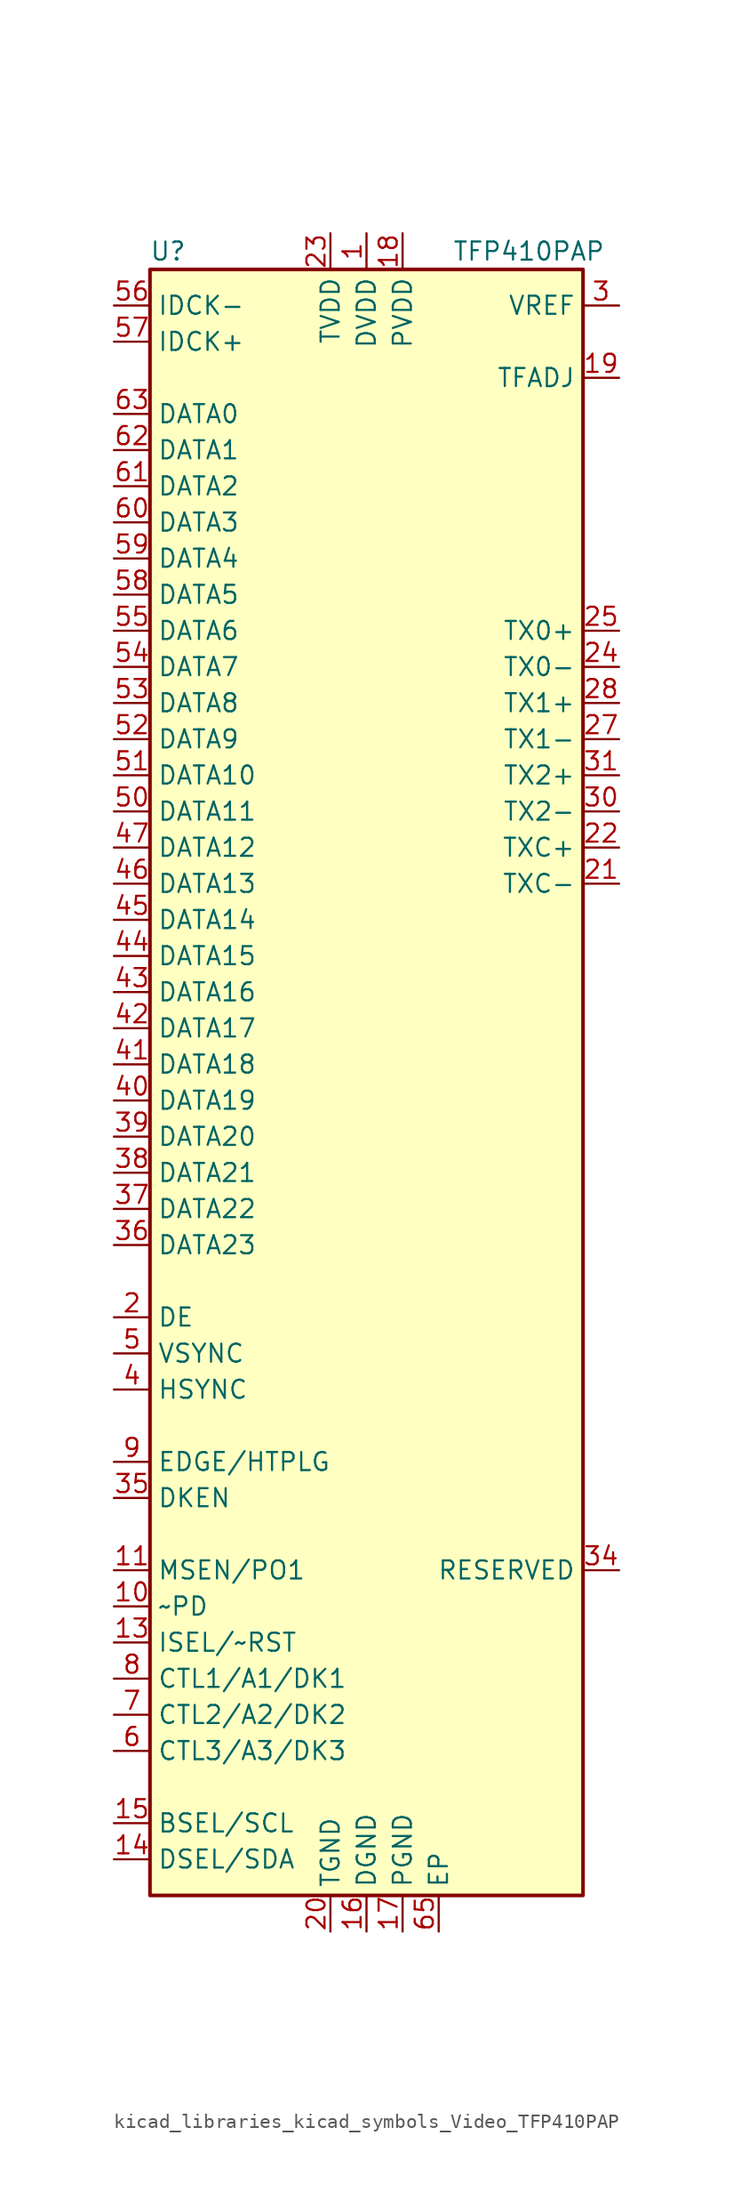
<source format=kicad_sym>
(kicad_symbol_lib
  (version 20220914)
  (generator kicad_symbol_editor)
  (symbol "kicad_libraries_kicad_symbols_Video_TFP410PAP"
    (property "Reference" "U"
      (at -13.97 57.15 0)
      (effects (font (size 1.27 1.27))))
    (property "Value" "TFP410PAP"
      (at 11.43 57.15 0)
      (effects (font (size 1.27 1.27))))
    (symbol "kicad_libraries_kicad_symbols_Video_TFP410PAP_0_1"
      (rectangle (start -15.24 55.88) (end 15.24 -58.42) (stroke (width 0.254) (type default)) (fill (type background))))
    (symbol "kicad_libraries_kicad_symbols_Video_TFP410PAP_1_1"
      (pin power_in line (at 0 58.42 270) (length 2.54) (name "DVDD" (effects (font (size 1.27 1.27)))) (number "1" (effects (font (size 1.27 1.27)))))
      (pin input line (at -17.78 -38.1 0) (length 2.54) (name "~PD" (effects (font (size 1.27 1.27)))) (number "10" (effects (font (size 1.27 1.27)))))
      (pin output line (at -17.78 -35.56 0) (length 2.54) (name "MSEN/PO1" (effects (font (size 1.27 1.27)))) (number "11" (effects (font (size 1.27 1.27)))))
      (pin passive line (at 0 58.42 270) (length 2.54) hide (name "DVDD" (effects (font (size 1.27 1.27)))) (number "12" (effects (font (size 1.27 1.27)))))
      (pin input line (at -17.78 -40.64 0) (length 2.54) (name "ISEL/~RST" (effects (font (size 1.27 1.27)))) (number "13" (effects (font (size 1.27 1.27)))))
      (pin bidirectional line (at -17.78 -55.88 0) (length 2.54) (name "DSEL/SDA" (effects (font (size 1.27 1.27)))) (number "14" (effects (font (size 1.27 1.27)))))
      (pin input line (at -17.78 -53.34 0) (length 2.54) (name "BSEL/SCL" (effects (font (size 1.27 1.27)))) (number "15" (effects (font (size 1.27 1.27)))))
      (pin power_in line (at 0 -60.96 90) (length 2.54) (name "DGND" (effects (font (size 1.27 1.27)))) (number "16" (effects (font (size 1.27 1.27)))))
      (pin power_in line (at 2.54 -60.96 90) (length 2.54) (name "PGND" (effects (font (size 1.27 1.27)))) (number "17" (effects (font (size 1.27 1.27)))))
      (pin power_in line (at 2.54 58.42 270) (length 2.54) (name "PVDD" (effects (font (size 1.27 1.27)))) (number "18" (effects (font (size 1.27 1.27)))))
      (pin input line (at 17.78 48.26 180) (length 2.54) (name "TFADJ" (effects (font (size 1.27 1.27)))) (number "19" (effects (font (size 1.27 1.27)))))
      (pin input line (at -17.78 -17.78 0) (length 2.54) (name "DE" (effects (font (size 1.27 1.27)))) (number "2" (effects (font (size 1.27 1.27)))))
      (pin power_in line (at -2.54 -60.96 90) (length 2.54) (name "TGND" (effects (font (size 1.27 1.27)))) (number "20" (effects (font (size 1.27 1.27)))))
      (pin output line (at 17.78 12.7 180) (length 2.54) (name "TXC-" (effects (font (size 1.27 1.27)))) (number "21" (effects (font (size 1.27 1.27)))))
      (pin output line (at 17.78 15.24 180) (length 2.54) (name "TXC+" (effects (font (size 1.27 1.27)))) (number "22" (effects (font (size 1.27 1.27)))))
      (pin power_in line (at -2.54 58.42 270) (length 2.54) (name "TVDD" (effects (font (size 1.27 1.27)))) (number "23" (effects (font (size 1.27 1.27)))))
      (pin output line (at 17.78 27.94 180) (length 2.54) (name "TX0-" (effects (font (size 1.27 1.27)))) (number "24" (effects (font (size 1.27 1.27)))))
      (pin output line (at 17.78 30.48 180) (length 2.54) (name "TX0+" (effects (font (size 1.27 1.27)))) (number "25" (effects (font (size 1.27 1.27)))))
      (pin passive line (at -2.54 -60.96 90) (length 2.54) hide (name "TGND" (effects (font (size 1.27 1.27)))) (number "26" (effects (font (size 1.27 1.27)))))
      (pin output line (at 17.78 22.86 180) (length 2.54) (name "TX1-" (effects (font (size 1.27 1.27)))) (number "27" (effects (font (size 1.27 1.27)))))
      (pin output line (at 17.78 25.4 180) (length 2.54) (name "TX1+" (effects (font (size 1.27 1.27)))) (number "28" (effects (font (size 1.27 1.27)))))
      (pin passive line (at -2.54 58.42 270) (length 2.54) hide (name "TVDD" (effects (font (size 1.27 1.27)))) (number "29" (effects (font (size 1.27 1.27)))))
      (pin input line (at 17.78 53.34 180) (length 2.54) (name "VREF" (effects (font (size 1.27 1.27)))) (number "3" (effects (font (size 1.27 1.27)))))
      (pin output line (at 17.78 17.78 180) (length 2.54) (name "TX2-" (effects (font (size 1.27 1.27)))) (number "30" (effects (font (size 1.27 1.27)))))
      (pin output line (at 17.78 20.32 180) (length 2.54) (name "TX2+" (effects (font (size 1.27 1.27)))) (number "31" (effects (font (size 1.27 1.27)))))
      (pin passive line (at -2.54 -60.96 90) (length 2.54) hide (name "TGND" (effects (font (size 1.27 1.27)))) (number "32" (effects (font (size 1.27 1.27)))))
      (pin passive line (at 0 58.42 270) (length 2.54) hide (name "DVDD" (effects (font (size 1.27 1.27)))) (number "33" (effects (font (size 1.27 1.27)))))
      (pin input line (at 17.78 -35.56 180) (length 2.54) (name "RESERVED" (effects (font (size 1.27 1.27)))) (number "34" (effects (font (size 1.27 1.27)))))
      (pin input line (at -17.78 -30.48 0) (length 2.54) (name "DKEN" (effects (font (size 1.27 1.27)))) (number "35" (effects (font (size 1.27 1.27)))))
      (pin input line (at -17.78 -12.7 0) (length 2.54) (name "DATA23" (effects (font (size 1.27 1.27)))) (number "36" (effects (font (size 1.27 1.27)))))
      (pin input line (at -17.78 -10.16 0) (length 2.54) (name "DATA22" (effects (font (size 1.27 1.27)))) (number "37" (effects (font (size 1.27 1.27)))))
      (pin input line (at -17.78 -7.62 0) (length 2.54) (name "DATA21" (effects (font (size 1.27 1.27)))) (number "38" (effects (font (size 1.27 1.27)))))
      (pin input line (at -17.78 -5.08 0) (length 2.54) (name "DATA20" (effects (font (size 1.27 1.27)))) (number "39" (effects (font (size 1.27 1.27)))))
      (pin input line (at -17.78 -22.86 0) (length 2.54) (name "HSYNC" (effects (font (size 1.27 1.27)))) (number "4" (effects (font (size 1.27 1.27)))))
      (pin input line (at -17.78 -2.54 0) (length 2.54) (name "DATA19" (effects (font (size 1.27 1.27)))) (number "40" (effects (font (size 1.27 1.27)))))
      (pin input line (at -17.78 0 0) (length 2.54) (name "DATA18" (effects (font (size 1.27 1.27)))) (number "41" (effects (font (size 1.27 1.27)))))
      (pin input line (at -17.78 2.54 0) (length 2.54) (name "DATA17" (effects (font (size 1.27 1.27)))) (number "42" (effects (font (size 1.27 1.27)))))
      (pin input line (at -17.78 5.08 0) (length 2.54) (name "DATA16" (effects (font (size 1.27 1.27)))) (number "43" (effects (font (size 1.27 1.27)))))
      (pin input line (at -17.78 7.62 0) (length 2.54) (name "DATA15" (effects (font (size 1.27 1.27)))) (number "44" (effects (font (size 1.27 1.27)))))
      (pin input line (at -17.78 10.16 0) (length 2.54) (name "DATA14" (effects (font (size 1.27 1.27)))) (number "45" (effects (font (size 1.27 1.27)))))
      (pin input line (at -17.78 12.7 0) (length 2.54) (name "DATA13" (effects (font (size 1.27 1.27)))) (number "46" (effects (font (size 1.27 1.27)))))
      (pin input line (at -17.78 15.24 0) (length 2.54) (name "DATA12" (effects (font (size 1.27 1.27)))) (number "47" (effects (font (size 1.27 1.27)))))
      (pin passive line (at 0 -60.96 90) (length 2.54) hide (name "DGND" (effects (font (size 1.27 1.27)))) (number "48" (effects (font (size 1.27 1.27)))))
      (pin no_connect line (at 15.24 -33.02 180) (length 2.54) hide (name "NC" (effects (font (size 1.27 1.27)))) (number "49" (effects (font (size 1.27 1.27)))))
      (pin input line (at -17.78 -20.32 0) (length 2.54) (name "VSYNC" (effects (font (size 1.27 1.27)))) (number "5" (effects (font (size 1.27 1.27)))))
      (pin input line (at -17.78 17.78 0) (length 2.54) (name "DATA11" (effects (font (size 1.27 1.27)))) (number "50" (effects (font (size 1.27 1.27)))))
      (pin input line (at -17.78 20.32 0) (length 2.54) (name "DATA10" (effects (font (size 1.27 1.27)))) (number "51" (effects (font (size 1.27 1.27)))))
      (pin input line (at -17.78 22.86 0) (length 2.54) (name "DATA9" (effects (font (size 1.27 1.27)))) (number "52" (effects (font (size 1.27 1.27)))))
      (pin input line (at -17.78 25.4 0) (length 2.54) (name "DATA8" (effects (font (size 1.27 1.27)))) (number "53" (effects (font (size 1.27 1.27)))))
      (pin input line (at -17.78 27.94 0) (length 2.54) (name "DATA7" (effects (font (size 1.27 1.27)))) (number "54" (effects (font (size 1.27 1.27)))))
      (pin input line (at -17.78 30.48 0) (length 2.54) (name "DATA6" (effects (font (size 1.27 1.27)))) (number "55" (effects (font (size 1.27 1.27)))))
      (pin input line (at -17.78 53.34 0) (length 2.54) (name "IDCK-" (effects (font (size 1.27 1.27)))) (number "56" (effects (font (size 1.27 1.27)))))
      (pin input line (at -17.78 50.8 0) (length 2.54) (name "IDCK+" (effects (font (size 1.27 1.27)))) (number "57" (effects (font (size 1.27 1.27)))))
      (pin input line (at -17.78 33.02 0) (length 2.54) (name "DATA5" (effects (font (size 1.27 1.27)))) (number "58" (effects (font (size 1.27 1.27)))))
      (pin input line (at -17.78 35.56 0) (length 2.54) (name "DATA4" (effects (font (size 1.27 1.27)))) (number "59" (effects (font (size 1.27 1.27)))))
      (pin input line (at -17.78 -48.26 0) (length 2.54) (name "CTL3/A3/DK3" (effects (font (size 1.27 1.27)))) (number "6" (effects (font (size 1.27 1.27)))))
      (pin input line (at -17.78 38.1 0) (length 2.54) (name "DATA3" (effects (font (size 1.27 1.27)))) (number "60" (effects (font (size 1.27 1.27)))))
      (pin input line (at -17.78 40.64 0) (length 2.54) (name "DATA2" (effects (font (size 1.27 1.27)))) (number "61" (effects (font (size 1.27 1.27)))))
      (pin input line (at -17.78 43.18 0) (length 2.54) (name "DATA1" (effects (font (size 1.27 1.27)))) (number "62" (effects (font (size 1.27 1.27)))))
      (pin input line (at -17.78 45.72 0) (length 2.54) (name "DATA0" (effects (font (size 1.27 1.27)))) (number "63" (effects (font (size 1.27 1.27)))))
      (pin passive line (at 0 -60.96 90) (length 2.54) hide (name "DGND" (effects (font (size 1.27 1.27)))) (number "64" (effects (font (size 1.27 1.27)))))
      (pin power_in line (at 5.08 -60.96 90) (length 2.54) (name "EP" (effects (font (size 1.27 1.27)))) (number "65" (effects (font (size 1.27 1.27)))))
      (pin input line (at -17.78 -45.72 0) (length 2.54) (name "CTL2/A2/DK2" (effects (font (size 1.27 1.27)))) (number "7" (effects (font (size 1.27 1.27)))))
      (pin input line (at -17.78 -43.18 0) (length 2.54) (name "CTL1/A1/DK1" (effects (font (size 1.27 1.27)))) (number "8" (effects (font (size 1.27 1.27)))))
      (pin input line (at -17.78 -27.94 0) (length 2.54) (name "EDGE/HTPLG" (effects (font (size 1.27 1.27)))) (number "9" (effects (font (size 1.27 1.27))))))))
</source>
